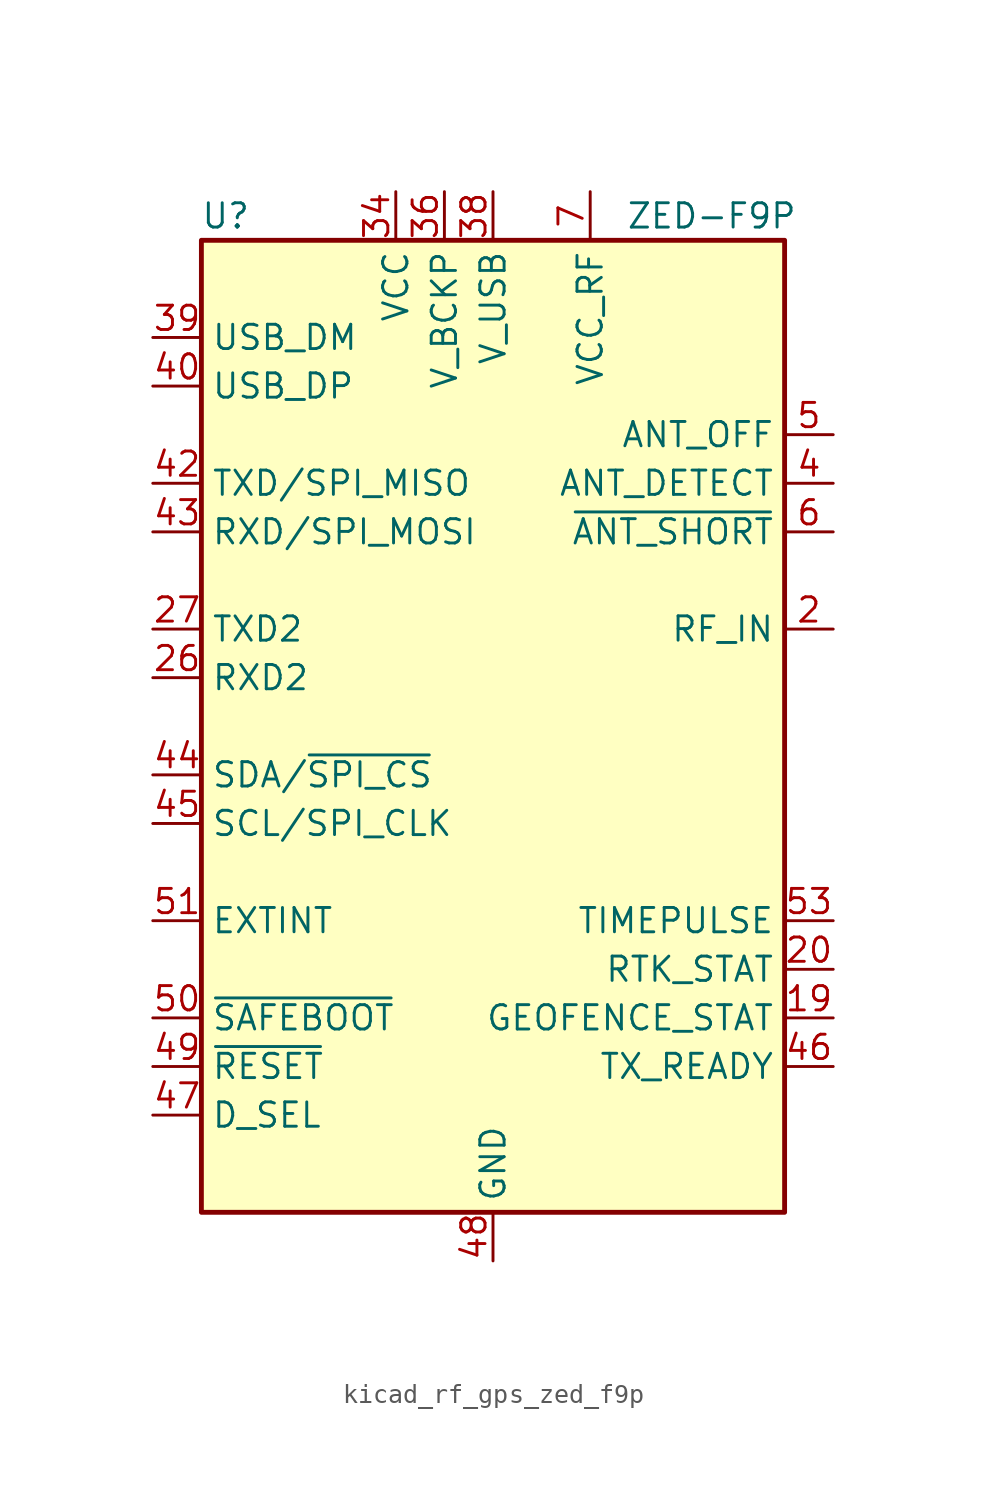
<source format=kicad_sym>
(kicad_symbol_lib
  (version 20220914)
  (generator kicad_symbol_editor)
  (symbol "kicad_rf_gps_zed_f9p"
    (property "Reference" "U"
      (at -13.97 26.67 0)
      (effects (font (size 1.27 1.27))))
    (property "Value" "ZED-F9P"
      (at 11.43 26.67 0)
      (effects (font (size 1.27 1.27))))
    (symbol "kicad_rf_gps_zed_f9p_0_1"
      (rectangle (start -15.24 25.4) (end 15.24 -25.4) (stroke (width 0.254) (type default)) (fill (type background))))
    (symbol "kicad_rf_gps_zed_f9p_1_1"
      (pin passive line (at 0 -27.94 90) (length 2.54) hide (name "GND" (effects (font (size 1.27 1.27)))) (number "1" (effects (font (size 1.27 1.27)))))
      (pin no_connect line (at -15.24 7.62 0) (length 2.54) hide (name "Reserved" (effects (font (size 1.27 1.27)))) (number "10" (effects (font (size 1.27 1.27)))))
      (pin no_connect line (at -15.24 0 0) (length 2.54) hide (name "Reserved" (effects (font (size 1.27 1.27)))) (number "11" (effects (font (size 1.27 1.27)))))
      (pin passive line (at 0 -27.94 90) (length 2.54) hide (name "GND" (effects (font (size 1.27 1.27)))) (number "12" (effects (font (size 1.27 1.27)))))
      (pin no_connect line (at -15.24 -7.62 0) (length 2.54) hide (name "Reserved" (effects (font (size 1.27 1.27)))) (number "13" (effects (font (size 1.27 1.27)))))
      (pin passive line (at 0 -27.94 90) (length 2.54) hide (name "GND" (effects (font (size 1.27 1.27)))) (number "14" (effects (font (size 1.27 1.27)))))
      (pin no_connect line (at -15.24 -12.7 0) (length 2.54) hide (name "Reserved" (effects (font (size 1.27 1.27)))) (number "15" (effects (font (size 1.27 1.27)))))
      (pin no_connect line (at -7.62 -25.4 90) (length 2.54) hide (name "Reserved" (effects (font (size 1.27 1.27)))) (number "16" (effects (font (size 1.27 1.27)))))
      (pin no_connect line (at -5.08 -25.4 90) (length 2.54) hide (name "Reserved" (effects (font (size 1.27 1.27)))) (number "17" (effects (font (size 1.27 1.27)))))
      (pin no_connect line (at -2.54 -25.4 90) (length 2.54) hide (name "Reserved" (effects (font (size 1.27 1.27)))) (number "18" (effects (font (size 1.27 1.27)))))
      (pin output line (at 17.78 -15.24 180) (length 2.54) (name "GEOFENCE_STAT" (effects (font (size 1.27 1.27)))) (number "19" (effects (font (size 1.27 1.27)))))
      (pin input line (at 17.78 5.08 180) (length 2.54) (name "RF_IN" (effects (font (size 1.27 1.27)))) (number "2" (effects (font (size 1.27 1.27)))))
      (pin output line (at 17.78 -12.7 180) (length 2.54) (name "RTK_STAT" (effects (font (size 1.27 1.27)))) (number "20" (effects (font (size 1.27 1.27)))))
      (pin no_connect line (at 2.54 -25.4 90) (length 2.54) hide (name "Reserved" (effects (font (size 1.27 1.27)))) (number "21" (effects (font (size 1.27 1.27)))))
      (pin no_connect line (at 5.08 -25.4 90) (length 2.54) hide (name "Reserved" (effects (font (size 1.27 1.27)))) (number "22" (effects (font (size 1.27 1.27)))))
      (pin no_connect line (at 7.62 -25.4 90) (length 2.54) hide (name "Reserved" (effects (font (size 1.27 1.27)))) (number "23" (effects (font (size 1.27 1.27)))))
      (pin no_connect line (at 15.24 -7.62 180) (length 2.54) hide (name "Reserved" (effects (font (size 1.27 1.27)))) (number "24" (effects (font (size 1.27 1.27)))))
      (pin no_connect line (at 15.24 -5.08 180) (length 2.54) hide (name "Reserved" (effects (font (size 1.27 1.27)))) (number "25" (effects (font (size 1.27 1.27)))))
      (pin input line (at -17.78 2.54 0) (length 2.54) (name "RXD2" (effects (font (size 1.27 1.27)))) (number "26" (effects (font (size 1.27 1.27)))))
      (pin output line (at -17.78 5.08 0) (length 2.54) (name "TXD2" (effects (font (size 1.27 1.27)))) (number "27" (effects (font (size 1.27 1.27)))))
      (pin no_connect line (at 15.24 -2.54 180) (length 2.54) hide (name "Reserved" (effects (font (size 1.27 1.27)))) (number "28" (effects (font (size 1.27 1.27)))))
      (pin no_connect line (at 15.24 0 180) (length 2.54) hide (name "Reserved" (effects (font (size 1.27 1.27)))) (number "29" (effects (font (size 1.27 1.27)))))
      (pin passive line (at 0 -27.94 90) (length 2.54) hide (name "GND" (effects (font (size 1.27 1.27)))) (number "3" (effects (font (size 1.27 1.27)))))
      (pin no_connect line (at 15.24 2.54 180) (length 2.54) hide (name "Reserved" (effects (font (size 1.27 1.27)))) (number "30" (effects (font (size 1.27 1.27)))))
      (pin no_connect line (at 15.24 7.62 180) (length 2.54) hide (name "Reserved" (effects (font (size 1.27 1.27)))) (number "31" (effects (font (size 1.27 1.27)))))
      (pin passive line (at 0 -27.94 90) (length 2.54) hide (name "GND" (effects (font (size 1.27 1.27)))) (number "32" (effects (font (size 1.27 1.27)))))
      (pin passive line (at -5.08 27.94 270) (length 2.54) hide (name "VCC" (effects (font (size 1.27 1.27)))) (number "33" (effects (font (size 1.27 1.27)))))
      (pin power_in line (at -5.08 27.94 270) (length 2.54) (name "VCC" (effects (font (size 1.27 1.27)))) (number "34" (effects (font (size 1.27 1.27)))))
      (pin no_connect line (at 15.24 17.78 180) (length 2.54) hide (name "Reserved" (effects (font (size 1.27 1.27)))) (number "35" (effects (font (size 1.27 1.27)))))
      (pin power_in line (at -2.54 27.94 270) (length 2.54) (name "V_BCKP" (effects (font (size 1.27 1.27)))) (number "36" (effects (font (size 1.27 1.27)))))
      (pin passive line (at 0 -27.94 90) (length 2.54) hide (name "GND" (effects (font (size 1.27 1.27)))) (number "37" (effects (font (size 1.27 1.27)))))
      (pin power_in line (at 0 27.94 270) (length 2.54) (name "V_USB" (effects (font (size 1.27 1.27)))) (number "38" (effects (font (size 1.27 1.27)))))
      (pin bidirectional line (at -17.78 20.32 0) (length 2.54) (name "USB_DM" (effects (font (size 1.27 1.27)))) (number "39" (effects (font (size 1.27 1.27)))))
      (pin input line (at 17.78 12.7 180) (length 2.54) (name "ANT_DETECT" (effects (font (size 1.27 1.27)))) (number "4" (effects (font (size 1.27 1.27)))))
      (pin bidirectional line (at -17.78 17.78 0) (length 2.54) (name "USB_DP" (effects (font (size 1.27 1.27)))) (number "40" (effects (font (size 1.27 1.27)))))
      (pin passive line (at 0 -27.94 90) (length 2.54) hide (name "GND" (effects (font (size 1.27 1.27)))) (number "41" (effects (font (size 1.27 1.27)))))
      (pin output line (at -17.78 12.7 0) (length 2.54) (name "TXD/SPI_MISO" (effects (font (size 1.27 1.27)))) (number "42" (effects (font (size 1.27 1.27)))))
      (pin input line (at -17.78 10.16 0) (length 2.54) (name "RXD/SPI_MOSI" (effects (font (size 1.27 1.27)))) (number "43" (effects (font (size 1.27 1.27)))))
      (pin bidirectional line (at -17.78 -2.54 0) (length 2.54) (name "SDA/~{SPI_CS}" (effects (font (size 1.27 1.27)))) (number "44" (effects (font (size 1.27 1.27)))))
      (pin bidirectional line (at -17.78 -5.08 0) (length 2.54) (name "SCL/SPI_CLK" (effects (font (size 1.27 1.27)))) (number "45" (effects (font (size 1.27 1.27)))))
      (pin output line (at 17.78 -17.78 180) (length 2.54) (name "TX_READY" (effects (font (size 1.27 1.27)))) (number "46" (effects (font (size 1.27 1.27)))))
      (pin input line (at -17.78 -20.32 0) (length 2.54) (name "D_SEL" (effects (font (size 1.27 1.27)))) (number "47" (effects (font (size 1.27 1.27)))))
      (pin power_in line (at 0 -27.94 90) (length 2.54) (name "GND" (effects (font (size 1.27 1.27)))) (number "48" (effects (font (size 1.27 1.27)))))
      (pin input line (at -17.78 -17.78 0) (length 2.54) (name "~{RESET}" (effects (font (size 1.27 1.27)))) (number "49" (effects (font (size 1.27 1.27)))))
      (pin output line (at 17.78 15.24 180) (length 2.54) (name "ANT_OFF" (effects (font (size 1.27 1.27)))) (number "5" (effects (font (size 1.27 1.27)))))
      (pin input line (at -17.78 -15.24 0) (length 2.54) (name "~{SAFEBOOT}" (effects (font (size 1.27 1.27)))) (number "50" (effects (font (size 1.27 1.27)))))
      (pin input line (at -17.78 -10.16 0) (length 2.54) (name "EXTINT" (effects (font (size 1.27 1.27)))) (number "51" (effects (font (size 1.27 1.27)))))
      (pin no_connect line (at 15.24 20.32 180) (length 2.54) hide (name "Reserved" (effects (font (size 1.27 1.27)))) (number "52" (effects (font (size 1.27 1.27)))))
      (pin output line (at 17.78 -10.16 180) (length 2.54) (name "TIMEPULSE" (effects (font (size 1.27 1.27)))) (number "53" (effects (font (size 1.27 1.27)))))
      (pin no_connect line (at 15.24 22.86 180) (length 2.54) hide (name "Reserved" (effects (font (size 1.27 1.27)))) (number "54" (effects (font (size 1.27 1.27)))))
      (pin passive line (at 0 -27.94 90) (length 2.54) hide (name "GND" (effects (font (size 1.27 1.27)))) (number "55" (effects (font (size 1.27 1.27)))))
      (pin input line (at 17.78 10.16 180) (length 2.54) (name "~{ANT_SHORT}" (effects (font (size 1.27 1.27)))) (number "6" (effects (font (size 1.27 1.27)))))
      (pin power_out line (at 5.08 27.94 270) (length 2.54) (name "VCC_RF" (effects (font (size 1.27 1.27)))) (number "7" (effects (font (size 1.27 1.27)))))
      (pin no_connect line (at -15.24 22.86 0) (length 2.54) hide (name "Reserved" (effects (font (size 1.27 1.27)))) (number "8" (effects (font (size 1.27 1.27)))))
      (pin no_connect line (at -15.24 15.24 0) (length 2.54) hide (name "Reserved" (effects (font (size 1.27 1.27)))) (number "9" (effects (font (size 1.27 1.27))))))))
</source>
